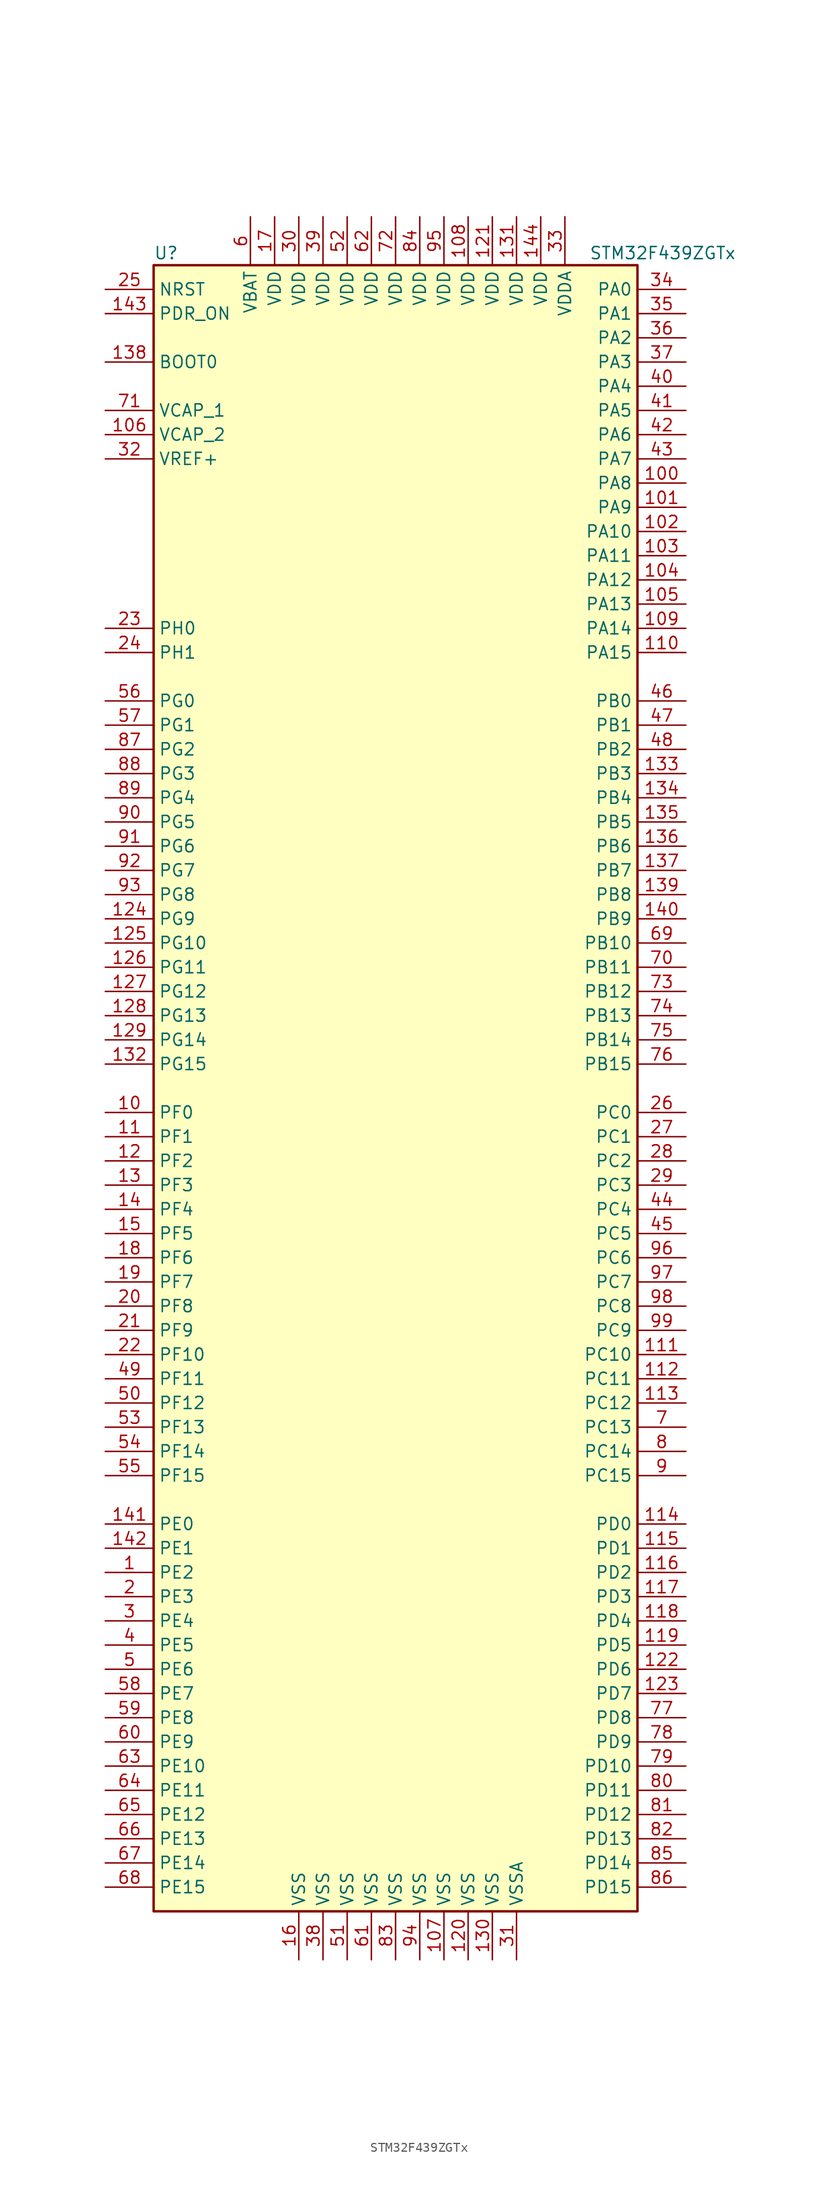
<source format=kicad_sym>
(kicad_symbol_lib
  (version 20211014)
  (generator kicad_symbol_editor)
  (symbol "STM32F439ZGTx"
    (property "Reference" "U"
      (at -25.4 87.63 0)
      (effects (font (size 1.27 1.27)) (justify left)))
    (property "Value" "STM32F439ZGTx"
      (at 20.32 87.63 0)
      (effects (font (size 1.27 1.27)) (justify left)))
    (symbol "STM32F439ZGTx_0_1"
      (rectangle (start -25.4 -86.36) (end 25.4 86.36) (stroke (width 0.254) (type default) (color 0 0 0 0)) (fill (type background))))
    (symbol "STM32F439ZGTx_1_1"
      (pin bidirectional line (at -30.48 -50.8 0) (length 5.08) (name "PE2" (effects (font (size 1.27 1.27)))) (number "1" (effects (font (size 1.27 1.27)))))
      (pin bidirectional line (at -30.48 -2.54 0) (length 5.08) (name "PF0" (effects (font (size 1.27 1.27)))) (number "10" (effects (font (size 1.27 1.27)))))
      (pin bidirectional line (at 30.48 63.5 180) (length 5.08) (name "PA8" (effects (font (size 1.27 1.27)))) (number "100" (effects (font (size 1.27 1.27)))))
      (pin bidirectional line (at 30.48 60.96 180) (length 5.08) (name "PA9" (effects (font (size 1.27 1.27)))) (number "101" (effects (font (size 1.27 1.27)))))
      (pin bidirectional line (at 30.48 58.42 180) (length 5.08) (name "PA10" (effects (font (size 1.27 1.27)))) (number "102" (effects (font (size 1.27 1.27)))))
      (pin bidirectional line (at 30.48 55.88 180) (length 5.08) (name "PA11" (effects (font (size 1.27 1.27)))) (number "103" (effects (font (size 1.27 1.27)))))
      (pin bidirectional line (at 30.48 53.34 180) (length 5.08) (name "PA12" (effects (font (size 1.27 1.27)))) (number "104" (effects (font (size 1.27 1.27)))))
      (pin bidirectional line (at 30.48 50.8 180) (length 5.08) (name "PA13" (effects (font (size 1.27 1.27)))) (number "105" (effects (font (size 1.27 1.27)))))
      (pin power_in line (at -30.48 68.58 0) (length 5.08) (name "VCAP_2" (effects (font (size 1.27 1.27)))) (number "106" (effects (font (size 1.27 1.27)))))
      (pin power_in line (at 5.08 -91.44 90) (length 5.08) (name "VSS" (effects (font (size 1.27 1.27)))) (number "107" (effects (font (size 1.27 1.27)))))
      (pin power_in line (at 7.62 91.44 270) (length 5.08) (name "VDD" (effects (font (size 1.27 1.27)))) (number "108" (effects (font (size 1.27 1.27)))))
      (pin bidirectional line (at 30.48 48.26 180) (length 5.08) (name "PA14" (effects (font (size 1.27 1.27)))) (number "109" (effects (font (size 1.27 1.27)))))
      (pin bidirectional line (at -30.48 -5.08 0) (length 5.08) (name "PF1" (effects (font (size 1.27 1.27)))) (number "11" (effects (font (size 1.27 1.27)))))
      (pin bidirectional line (at 30.48 45.72 180) (length 5.08) (name "PA15" (effects (font (size 1.27 1.27)))) (number "110" (effects (font (size 1.27 1.27)))))
      (pin bidirectional line (at 30.48 -27.94 180) (length 5.08) (name "PC10" (effects (font (size 1.27 1.27)))) (number "111" (effects (font (size 1.27 1.27)))))
      (pin bidirectional line (at 30.48 -30.48 180) (length 5.08) (name "PC11" (effects (font (size 1.27 1.27)))) (number "112" (effects (font (size 1.27 1.27)))))
      (pin bidirectional line (at 30.48 -33.02 180) (length 5.08) (name "PC12" (effects (font (size 1.27 1.27)))) (number "113" (effects (font (size 1.27 1.27)))))
      (pin bidirectional line (at 30.48 -45.72 180) (length 5.08) (name "PD0" (effects (font (size 1.27 1.27)))) (number "114" (effects (font (size 1.27 1.27)))))
      (pin bidirectional line (at 30.48 -48.26 180) (length 5.08) (name "PD1" (effects (font (size 1.27 1.27)))) (number "115" (effects (font (size 1.27 1.27)))))
      (pin bidirectional line (at 30.48 -50.8 180) (length 5.08) (name "PD2" (effects (font (size 1.27 1.27)))) (number "116" (effects (font (size 1.27 1.27)))))
      (pin bidirectional line (at 30.48 -53.34 180) (length 5.08) (name "PD3" (effects (font (size 1.27 1.27)))) (number "117" (effects (font (size 1.27 1.27)))))
      (pin bidirectional line (at 30.48 -55.88 180) (length 5.08) (name "PD4" (effects (font (size 1.27 1.27)))) (number "118" (effects (font (size 1.27 1.27)))))
      (pin bidirectional line (at 30.48 -58.42 180) (length 5.08) (name "PD5" (effects (font (size 1.27 1.27)))) (number "119" (effects (font (size 1.27 1.27)))))
      (pin bidirectional line (at -30.48 -7.62 0) (length 5.08) (name "PF2" (effects (font (size 1.27 1.27)))) (number "12" (effects (font (size 1.27 1.27)))))
      (pin power_in line (at 7.62 -91.44 90) (length 5.08) (name "VSS" (effects (font (size 1.27 1.27)))) (number "120" (effects (font (size 1.27 1.27)))))
      (pin power_in line (at 10.16 91.44 270) (length 5.08) (name "VDD" (effects (font (size 1.27 1.27)))) (number "121" (effects (font (size 1.27 1.27)))))
      (pin bidirectional line (at 30.48 -60.96 180) (length 5.08) (name "PD6" (effects (font (size 1.27 1.27)))) (number "122" (effects (font (size 1.27 1.27)))))
      (pin bidirectional line (at 30.48 -63.5 180) (length 5.08) (name "PD7" (effects (font (size 1.27 1.27)))) (number "123" (effects (font (size 1.27 1.27)))))
      (pin bidirectional line (at -30.48 17.78 0) (length 5.08) (name "PG9" (effects (font (size 1.27 1.27)))) (number "124" (effects (font (size 1.27 1.27)))))
      (pin bidirectional line (at -30.48 15.24 0) (length 5.08) (name "PG10" (effects (font (size 1.27 1.27)))) (number "125" (effects (font (size 1.27 1.27)))))
      (pin bidirectional line (at -30.48 12.7 0) (length 5.08) (name "PG11" (effects (font (size 1.27 1.27)))) (number "126" (effects (font (size 1.27 1.27)))))
      (pin bidirectional line (at -30.48 10.16 0) (length 5.08) (name "PG12" (effects (font (size 1.27 1.27)))) (number "127" (effects (font (size 1.27 1.27)))))
      (pin bidirectional line (at -30.48 7.62 0) (length 5.08) (name "PG13" (effects (font (size 1.27 1.27)))) (number "128" (effects (font (size 1.27 1.27)))))
      (pin bidirectional line (at -30.48 5.08 0) (length 5.08) (name "PG14" (effects (font (size 1.27 1.27)))) (number "129" (effects (font (size 1.27 1.27)))))
      (pin bidirectional line (at -30.48 -10.16 0) (length 5.08) (name "PF3" (effects (font (size 1.27 1.27)))) (number "13" (effects (font (size 1.27 1.27)))))
      (pin power_in line (at 10.16 -91.44 90) (length 5.08) (name "VSS" (effects (font (size 1.27 1.27)))) (number "130" (effects (font (size 1.27 1.27)))))
      (pin power_in line (at 12.7 91.44 270) (length 5.08) (name "VDD" (effects (font (size 1.27 1.27)))) (number "131" (effects (font (size 1.27 1.27)))))
      (pin bidirectional line (at -30.48 2.54 0) (length 5.08) (name "PG15" (effects (font (size 1.27 1.27)))) (number "132" (effects (font (size 1.27 1.27)))))
      (pin bidirectional line (at 30.48 33.02 180) (length 5.08) (name "PB3" (effects (font (size 1.27 1.27)))) (number "133" (effects (font (size 1.27 1.27)))))
      (pin bidirectional line (at 30.48 30.48 180) (length 5.08) (name "PB4" (effects (font (size 1.27 1.27)))) (number "134" (effects (font (size 1.27 1.27)))))
      (pin bidirectional line (at 30.48 27.94 180) (length 5.08) (name "PB5" (effects (font (size 1.27 1.27)))) (number "135" (effects (font (size 1.27 1.27)))))
      (pin bidirectional line (at 30.48 25.4 180) (length 5.08) (name "PB6" (effects (font (size 1.27 1.27)))) (number "136" (effects (font (size 1.27 1.27)))))
      (pin bidirectional line (at 30.48 22.86 180) (length 5.08) (name "PB7" (effects (font (size 1.27 1.27)))) (number "137" (effects (font (size 1.27 1.27)))))
      (pin input line (at -30.48 76.2 0) (length 5.08) (name "BOOT0" (effects (font (size 1.27 1.27)))) (number "138" (effects (font (size 1.27 1.27)))))
      (pin bidirectional line (at 30.48 20.32 180) (length 5.08) (name "PB8" (effects (font (size 1.27 1.27)))) (number "139" (effects (font (size 1.27 1.27)))))
      (pin bidirectional line (at -30.48 -12.7 0) (length 5.08) (name "PF4" (effects (font (size 1.27 1.27)))) (number "14" (effects (font (size 1.27 1.27)))))
      (pin bidirectional line (at 30.48 17.78 180) (length 5.08) (name "PB9" (effects (font (size 1.27 1.27)))) (number "140" (effects (font (size 1.27 1.27)))))
      (pin bidirectional line (at -30.48 -45.72 0) (length 5.08) (name "PE0" (effects (font (size 1.27 1.27)))) (number "141" (effects (font (size 1.27 1.27)))))
      (pin bidirectional line (at -30.48 -48.26 0) (length 5.08) (name "PE1" (effects (font (size 1.27 1.27)))) (number "142" (effects (font (size 1.27 1.27)))))
      (pin input line (at -30.48 81.28 0) (length 5.08) (name "PDR_ON" (effects (font (size 1.27 1.27)))) (number "143" (effects (font (size 1.27 1.27)))))
      (pin power_in line (at 15.24 91.44 270) (length 5.08) (name "VDD" (effects (font (size 1.27 1.27)))) (number "144" (effects (font (size 1.27 1.27)))))
      (pin bidirectional line (at -30.48 -15.24 0) (length 5.08) (name "PF5" (effects (font (size 1.27 1.27)))) (number "15" (effects (font (size 1.27 1.27)))))
      (pin power_in line (at -10.16 -91.44 90) (length 5.08) (name "VSS" (effects (font (size 1.27 1.27)))) (number "16" (effects (font (size 1.27 1.27)))))
      (pin power_in line (at -12.7 91.44 270) (length 5.08) (name "VDD" (effects (font (size 1.27 1.27)))) (number "17" (effects (font (size 1.27 1.27)))))
      (pin bidirectional line (at -30.48 -17.78 0) (length 5.08) (name "PF6" (effects (font (size 1.27 1.27)))) (number "18" (effects (font (size 1.27 1.27)))))
      (pin bidirectional line (at -30.48 -20.32 0) (length 5.08) (name "PF7" (effects (font (size 1.27 1.27)))) (number "19" (effects (font (size 1.27 1.27)))))
      (pin bidirectional line (at -30.48 -53.34 0) (length 5.08) (name "PE3" (effects (font (size 1.27 1.27)))) (number "2" (effects (font (size 1.27 1.27)))))
      (pin bidirectional line (at -30.48 -22.86 0) (length 5.08) (name "PF8" (effects (font (size 1.27 1.27)))) (number "20" (effects (font (size 1.27 1.27)))))
      (pin bidirectional line (at -30.48 -25.4 0) (length 5.08) (name "PF9" (effects (font (size 1.27 1.27)))) (number "21" (effects (font (size 1.27 1.27)))))
      (pin bidirectional line (at -30.48 -27.94 0) (length 5.08) (name "PF10" (effects (font (size 1.27 1.27)))) (number "22" (effects (font (size 1.27 1.27)))))
      (pin input line (at -30.48 48.26 0) (length 5.08) (name "PH0" (effects (font (size 1.27 1.27)))) (number "23" (effects (font (size 1.27 1.27)))))
      (pin input line (at -30.48 45.72 0) (length 5.08) (name "PH1" (effects (font (size 1.27 1.27)))) (number "24" (effects (font (size 1.27 1.27)))))
      (pin input line (at -30.48 83.82 0) (length 5.08) (name "NRST" (effects (font (size 1.27 1.27)))) (number "25" (effects (font (size 1.27 1.27)))))
      (pin bidirectional line (at 30.48 -2.54 180) (length 5.08) (name "PC0" (effects (font (size 1.27 1.27)))) (number "26" (effects (font (size 1.27 1.27)))))
      (pin bidirectional line (at 30.48 -5.08 180) (length 5.08) (name "PC1" (effects (font (size 1.27 1.27)))) (number "27" (effects (font (size 1.27 1.27)))))
      (pin bidirectional line (at 30.48 -7.62 180) (length 5.08) (name "PC2" (effects (font (size 1.27 1.27)))) (number "28" (effects (font (size 1.27 1.27)))))
      (pin bidirectional line (at 30.48 -10.16 180) (length 5.08) (name "PC3" (effects (font (size 1.27 1.27)))) (number "29" (effects (font (size 1.27 1.27)))))
      (pin bidirectional line (at -30.48 -55.88 0) (length 5.08) (name "PE4" (effects (font (size 1.27 1.27)))) (number "3" (effects (font (size 1.27 1.27)))))
      (pin power_in line (at -10.16 91.44 270) (length 5.08) (name "VDD" (effects (font (size 1.27 1.27)))) (number "30" (effects (font (size 1.27 1.27)))))
      (pin power_in line (at 12.7 -91.44 90) (length 5.08) (name "VSSA" (effects (font (size 1.27 1.27)))) (number "31" (effects (font (size 1.27 1.27)))))
      (pin power_in line (at -30.48 66.04 0) (length 5.08) (name "VREF+" (effects (font (size 1.27 1.27)))) (number "32" (effects (font (size 1.27 1.27)))))
      (pin power_in line (at 17.78 91.44 270) (length 5.08) (name "VDDA" (effects (font (size 1.27 1.27)))) (number "33" (effects (font (size 1.27 1.27)))))
      (pin bidirectional line (at 30.48 83.82 180) (length 5.08) (name "PA0" (effects (font (size 1.27 1.27)))) (number "34" (effects (font (size 1.27 1.27)))))
      (pin bidirectional line (at 30.48 81.28 180) (length 5.08) (name "PA1" (effects (font (size 1.27 1.27)))) (number "35" (effects (font (size 1.27 1.27)))))
      (pin bidirectional line (at 30.48 78.74 180) (length 5.08) (name "PA2" (effects (font (size 1.27 1.27)))) (number "36" (effects (font (size 1.27 1.27)))))
      (pin bidirectional line (at 30.48 76.2 180) (length 5.08) (name "PA3" (effects (font (size 1.27 1.27)))) (number "37" (effects (font (size 1.27 1.27)))))
      (pin power_in line (at -7.62 -91.44 90) (length 5.08) (name "VSS" (effects (font (size 1.27 1.27)))) (number "38" (effects (font (size 1.27 1.27)))))
      (pin power_in line (at -7.62 91.44 270) (length 5.08) (name "VDD" (effects (font (size 1.27 1.27)))) (number "39" (effects (font (size 1.27 1.27)))))
      (pin bidirectional line (at -30.48 -58.42 0) (length 5.08) (name "PE5" (effects (font (size 1.27 1.27)))) (number "4" (effects (font (size 1.27 1.27)))))
      (pin bidirectional line (at 30.48 73.66 180) (length 5.08) (name "PA4" (effects (font (size 1.27 1.27)))) (number "40" (effects (font (size 1.27 1.27)))))
      (pin bidirectional line (at 30.48 71.12 180) (length 5.08) (name "PA5" (effects (font (size 1.27 1.27)))) (number "41" (effects (font (size 1.27 1.27)))))
      (pin bidirectional line (at 30.48 68.58 180) (length 5.08) (name "PA6" (effects (font (size 1.27 1.27)))) (number "42" (effects (font (size 1.27 1.27)))))
      (pin bidirectional line (at 30.48 66.04 180) (length 5.08) (name "PA7" (effects (font (size 1.27 1.27)))) (number "43" (effects (font (size 1.27 1.27)))))
      (pin bidirectional line (at 30.48 -12.7 180) (length 5.08) (name "PC4" (effects (font (size 1.27 1.27)))) (number "44" (effects (font (size 1.27 1.27)))))
      (pin bidirectional line (at 30.48 -15.24 180) (length 5.08) (name "PC5" (effects (font (size 1.27 1.27)))) (number "45" (effects (font (size 1.27 1.27)))))
      (pin bidirectional line (at 30.48 40.64 180) (length 5.08) (name "PB0" (effects (font (size 1.27 1.27)))) (number "46" (effects (font (size 1.27 1.27)))))
      (pin bidirectional line (at 30.48 38.1 180) (length 5.08) (name "PB1" (effects (font (size 1.27 1.27)))) (number "47" (effects (font (size 1.27 1.27)))))
      (pin bidirectional line (at 30.48 35.56 180) (length 5.08) (name "PB2" (effects (font (size 1.27 1.27)))) (number "48" (effects (font (size 1.27 1.27)))))
      (pin bidirectional line (at -30.48 -30.48 0) (length 5.08) (name "PF11" (effects (font (size 1.27 1.27)))) (number "49" (effects (font (size 1.27 1.27)))))
      (pin bidirectional line (at -30.48 -60.96 0) (length 5.08) (name "PE6" (effects (font (size 1.27 1.27)))) (number "5" (effects (font (size 1.27 1.27)))))
      (pin bidirectional line (at -30.48 -33.02 0) (length 5.08) (name "PF12" (effects (font (size 1.27 1.27)))) (number "50" (effects (font (size 1.27 1.27)))))
      (pin power_in line (at -5.08 -91.44 90) (length 5.08) (name "VSS" (effects (font (size 1.27 1.27)))) (number "51" (effects (font (size 1.27 1.27)))))
      (pin power_in line (at -5.08 91.44 270) (length 5.08) (name "VDD" (effects (font (size 1.27 1.27)))) (number "52" (effects (font (size 1.27 1.27)))))
      (pin bidirectional line (at -30.48 -35.56 0) (length 5.08) (name "PF13" (effects (font (size 1.27 1.27)))) (number "53" (effects (font (size 1.27 1.27)))))
      (pin bidirectional line (at -30.48 -38.1 0) (length 5.08) (name "PF14" (effects (font (size 1.27 1.27)))) (number "54" (effects (font (size 1.27 1.27)))))
      (pin bidirectional line (at -30.48 -40.64 0) (length 5.08) (name "PF15" (effects (font (size 1.27 1.27)))) (number "55" (effects (font (size 1.27 1.27)))))
      (pin bidirectional line (at -30.48 40.64 0) (length 5.08) (name "PG0" (effects (font (size 1.27 1.27)))) (number "56" (effects (font (size 1.27 1.27)))))
      (pin bidirectional line (at -30.48 38.1 0) (length 5.08) (name "PG1" (effects (font (size 1.27 1.27)))) (number "57" (effects (font (size 1.27 1.27)))))
      (pin bidirectional line (at -30.48 -63.5 0) (length 5.08) (name "PE7" (effects (font (size 1.27 1.27)))) (number "58" (effects (font (size 1.27 1.27)))))
      (pin bidirectional line (at -30.48 -66.04 0) (length 5.08) (name "PE8" (effects (font (size 1.27 1.27)))) (number "59" (effects (font (size 1.27 1.27)))))
      (pin power_in line (at -15.24 91.44 270) (length 5.08) (name "VBAT" (effects (font (size 1.27 1.27)))) (number "6" (effects (font (size 1.27 1.27)))))
      (pin bidirectional line (at -30.48 -68.58 0) (length 5.08) (name "PE9" (effects (font (size 1.27 1.27)))) (number "60" (effects (font (size 1.27 1.27)))))
      (pin power_in line (at -2.54 -91.44 90) (length 5.08) (name "VSS" (effects (font (size 1.27 1.27)))) (number "61" (effects (font (size 1.27 1.27)))))
      (pin power_in line (at -2.54 91.44 270) (length 5.08) (name "VDD" (effects (font (size 1.27 1.27)))) (number "62" (effects (font (size 1.27 1.27)))))
      (pin bidirectional line (at -30.48 -71.12 0) (length 5.08) (name "PE10" (effects (font (size 1.27 1.27)))) (number "63" (effects (font (size 1.27 1.27)))))
      (pin bidirectional line (at -30.48 -73.66 0) (length 5.08) (name "PE11" (effects (font (size 1.27 1.27)))) (number "64" (effects (font (size 1.27 1.27)))))
      (pin bidirectional line (at -30.48 -76.2 0) (length 5.08) (name "PE12" (effects (font (size 1.27 1.27)))) (number "65" (effects (font (size 1.27 1.27)))))
      (pin bidirectional line (at -30.48 -78.74 0) (length 5.08) (name "PE13" (effects (font (size 1.27 1.27)))) (number "66" (effects (font (size 1.27 1.27)))))
      (pin bidirectional line (at -30.48 -81.28 0) (length 5.08) (name "PE14" (effects (font (size 1.27 1.27)))) (number "67" (effects (font (size 1.27 1.27)))))
      (pin bidirectional line (at -30.48 -83.82 0) (length 5.08) (name "PE15" (effects (font (size 1.27 1.27)))) (number "68" (effects (font (size 1.27 1.27)))))
      (pin bidirectional line (at 30.48 15.24 180) (length 5.08) (name "PB10" (effects (font (size 1.27 1.27)))) (number "69" (effects (font (size 1.27 1.27)))))
      (pin bidirectional line (at 30.48 -35.56 180) (length 5.08) (name "PC13" (effects (font (size 1.27 1.27)))) (number "7" (effects (font (size 1.27 1.27)))))
      (pin bidirectional line (at 30.48 12.7 180) (length 5.08) (name "PB11" (effects (font (size 1.27 1.27)))) (number "70" (effects (font (size 1.27 1.27)))))
      (pin power_in line (at -30.48 71.12 0) (length 5.08) (name "VCAP_1" (effects (font (size 1.27 1.27)))) (number "71" (effects (font (size 1.27 1.27)))))
      (pin power_in line (at 0 91.44 270) (length 5.08) (name "VDD" (effects (font (size 1.27 1.27)))) (number "72" (effects (font (size 1.27 1.27)))))
      (pin bidirectional line (at 30.48 10.16 180) (length 5.08) (name "PB12" (effects (font (size 1.27 1.27)))) (number "73" (effects (font (size 1.27 1.27)))))
      (pin bidirectional line (at 30.48 7.62 180) (length 5.08) (name "PB13" (effects (font (size 1.27 1.27)))) (number "74" (effects (font (size 1.27 1.27)))))
      (pin bidirectional line (at 30.48 5.08 180) (length 5.08) (name "PB14" (effects (font (size 1.27 1.27)))) (number "75" (effects (font (size 1.27 1.27)))))
      (pin bidirectional line (at 30.48 2.54 180) (length 5.08) (name "PB15" (effects (font (size 1.27 1.27)))) (number "76" (effects (font (size 1.27 1.27)))))
      (pin bidirectional line (at 30.48 -66.04 180) (length 5.08) (name "PD8" (effects (font (size 1.27 1.27)))) (number "77" (effects (font (size 1.27 1.27)))))
      (pin bidirectional line (at 30.48 -68.58 180) (length 5.08) (name "PD9" (effects (font (size 1.27 1.27)))) (number "78" (effects (font (size 1.27 1.27)))))
      (pin bidirectional line (at 30.48 -71.12 180) (length 5.08) (name "PD10" (effects (font (size 1.27 1.27)))) (number "79" (effects (font (size 1.27 1.27)))))
      (pin bidirectional line (at 30.48 -38.1 180) (length 5.08) (name "PC14" (effects (font (size 1.27 1.27)))) (number "8" (effects (font (size 1.27 1.27)))))
      (pin bidirectional line (at 30.48 -73.66 180) (length 5.08) (name "PD11" (effects (font (size 1.27 1.27)))) (number "80" (effects (font (size 1.27 1.27)))))
      (pin bidirectional line (at 30.48 -76.2 180) (length 5.08) (name "PD12" (effects (font (size 1.27 1.27)))) (number "81" (effects (font (size 1.27 1.27)))))
      (pin bidirectional line (at 30.48 -78.74 180) (length 5.08) (name "PD13" (effects (font (size 1.27 1.27)))) (number "82" (effects (font (size 1.27 1.27)))))
      (pin power_in line (at 0 -91.44 90) (length 5.08) (name "VSS" (effects (font (size 1.27 1.27)))) (number "83" (effects (font (size 1.27 1.27)))))
      (pin power_in line (at 2.54 91.44 270) (length 5.08) (name "VDD" (effects (font (size 1.27 1.27)))) (number "84" (effects (font (size 1.27 1.27)))))
      (pin bidirectional line (at 30.48 -81.28 180) (length 5.08) (name "PD14" (effects (font (size 1.27 1.27)))) (number "85" (effects (font (size 1.27 1.27)))))
      (pin bidirectional line (at 30.48 -83.82 180) (length 5.08) (name "PD15" (effects (font (size 1.27 1.27)))) (number "86" (effects (font (size 1.27 1.27)))))
      (pin bidirectional line (at -30.48 35.56 0) (length 5.08) (name "PG2" (effects (font (size 1.27 1.27)))) (number "87" (effects (font (size 1.27 1.27)))))
      (pin bidirectional line (at -30.48 33.02 0) (length 5.08) (name "PG3" (effects (font (size 1.27 1.27)))) (number "88" (effects (font (size 1.27 1.27)))))
      (pin bidirectional line (at -30.48 30.48 0) (length 5.08) (name "PG4" (effects (font (size 1.27 1.27)))) (number "89" (effects (font (size 1.27 1.27)))))
      (pin bidirectional line (at 30.48 -40.64 180) (length 5.08) (name "PC15" (effects (font (size 1.27 1.27)))) (number "9" (effects (font (size 1.27 1.27)))))
      (pin bidirectional line (at -30.48 27.94 0) (length 5.08) (name "PG5" (effects (font (size 1.27 1.27)))) (number "90" (effects (font (size 1.27 1.27)))))
      (pin bidirectional line (at -30.48 25.4 0) (length 5.08) (name "PG6" (effects (font (size 1.27 1.27)))) (number "91" (effects (font (size 1.27 1.27)))))
      (pin bidirectional line (at -30.48 22.86 0) (length 5.08) (name "PG7" (effects (font (size 1.27 1.27)))) (number "92" (effects (font (size 1.27 1.27)))))
      (pin bidirectional line (at -30.48 20.32 0) (length 5.08) (name "PG8" (effects (font (size 1.27 1.27)))) (number "93" (effects (font (size 1.27 1.27)))))
      (pin power_in line (at 2.54 -91.44 90) (length 5.08) (name "VSS" (effects (font (size 1.27 1.27)))) (number "94" (effects (font (size 1.27 1.27)))))
      (pin power_in line (at 5.08 91.44 270) (length 5.08) (name "VDD" (effects (font (size 1.27 1.27)))) (number "95" (effects (font (size 1.27 1.27)))))
      (pin bidirectional line (at 30.48 -17.78 180) (length 5.08) (name "PC6" (effects (font (size 1.27 1.27)))) (number "96" (effects (font (size 1.27 1.27)))))
      (pin bidirectional line (at 30.48 -20.32 180) (length 5.08) (name "PC7" (effects (font (size 1.27 1.27)))) (number "97" (effects (font (size 1.27 1.27)))))
      (pin bidirectional line (at 30.48 -22.86 180) (length 5.08) (name "PC8" (effects (font (size 1.27 1.27)))) (number "98" (effects (font (size 1.27 1.27)))))
      (pin bidirectional line (at 30.48 -25.4 180) (length 5.08) (name "PC9" (effects (font (size 1.27 1.27)))) (number "99" (effects (font (size 1.27 1.27))))))))
</source>
